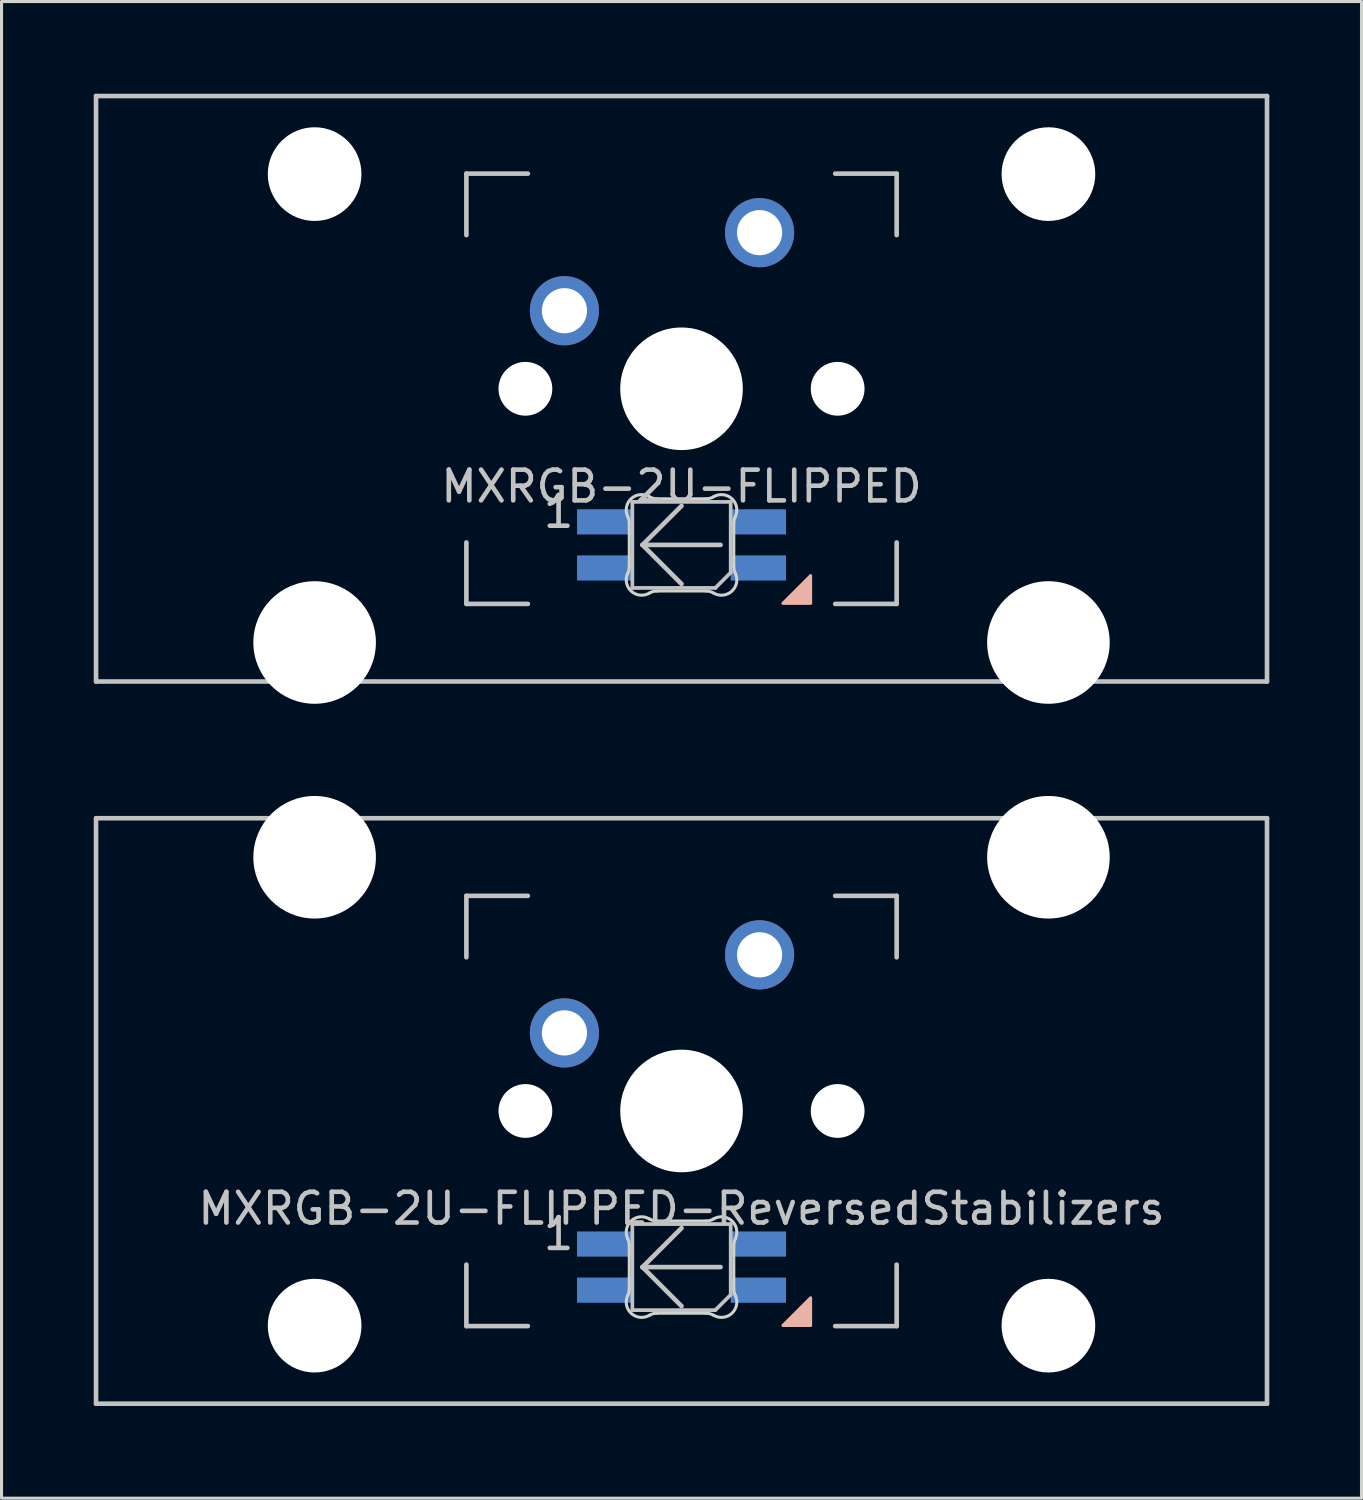
<source format=kicad_pcb>
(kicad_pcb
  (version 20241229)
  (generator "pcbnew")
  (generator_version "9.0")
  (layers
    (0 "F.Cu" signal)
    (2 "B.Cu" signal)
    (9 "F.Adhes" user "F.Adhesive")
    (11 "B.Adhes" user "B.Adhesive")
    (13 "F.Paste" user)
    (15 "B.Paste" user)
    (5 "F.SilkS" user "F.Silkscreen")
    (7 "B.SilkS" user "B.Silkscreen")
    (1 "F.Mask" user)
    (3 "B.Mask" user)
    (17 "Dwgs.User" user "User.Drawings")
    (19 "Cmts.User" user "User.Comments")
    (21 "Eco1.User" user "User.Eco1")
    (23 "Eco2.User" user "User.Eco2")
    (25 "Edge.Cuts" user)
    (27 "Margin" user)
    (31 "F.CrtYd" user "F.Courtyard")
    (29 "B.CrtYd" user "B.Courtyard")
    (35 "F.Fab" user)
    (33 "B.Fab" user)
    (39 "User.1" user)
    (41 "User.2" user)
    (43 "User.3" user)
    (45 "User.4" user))
  (footprint "MXRGB-2U-FLIPPED"
    (layer "F.Cu")
    (at 19.125 9.6)
    (property "Reference" "MXRGB-2U-FLIPPED" (at 0 3.175 0) (layer "Dwgs.User") (effects (font (size 1 1) (thickness 0.15))))
    (attr through_hole)
    (fp_poly (pts (xy 4.2 6.08) (xy 3.3 6.98) (xy 4.2 6.98)) (stroke (width 0.1) (type solid)) (fill yes) (layer "B.SilkS"))
    (fp_line (start -19.05 -9.525) (end 19.05 -9.525) (stroke (width 0.15) (type solid)) (layer "Dwgs.User"))
    (fp_line (start -19.05 9.525) (end -19.05 -9.525) (stroke (width 0.15) (type solid)) (layer "Dwgs.User"))
    (fp_line (start -19.05 9.525) (end 19.05 9.525) (stroke (width 0.15) (type solid)) (layer "Dwgs.User"))
    (fp_line (start -7 -7) (end -7 -5) (stroke (width 0.15) (type solid)) (layer "Dwgs.User"))
    (fp_line (start -7 5) (end -7 7) (stroke (width 0.15) (type solid)) (layer "Dwgs.User"))
    (fp_line (start -7 7) (end -5 7) (stroke (width 0.15) (type solid)) (layer "Dwgs.User"))
    (fp_line (start -5 -7) (end -7 -7) (stroke (width 0.15) (type solid)) (layer "Dwgs.User"))
    (fp_line (start -1.6 3.68) (end -1.6 6.48) (stroke (width 0.12) (type solid)) (layer "Dwgs.User"))
    (fp_line (start -1.6 6.48) (end 1.1 6.48) (stroke (width 0.12) (type solid)) (layer "Dwgs.User"))
    (fp_line (start -1.27 5.08) (end 0 3.81) (stroke (width 0.15) (type solid)) (layer "Dwgs.User"))
    (fp_line (start -1.27 5.08) (end 0 6.35) (stroke (width 0.15) (type solid)) (layer "Dwgs.User"))
    (fp_line (start -1.27 5.08) (end 1.27 5.08) (stroke (width 0.15) (type solid)) (layer "Dwgs.User"))
    (fp_line (start 1.6 3.68) (end -1.6 3.68) (stroke (width 0.12) (type solid)) (layer "Dwgs.User"))
    (fp_line (start 1.6 5.98) (end 1.1 6.48) (stroke (width 0.12) (type solid)) (layer "Dwgs.User"))
    (fp_line (start 1.6 5.98) (end 1.6 3.68) (stroke (width 0.12) (type solid)) (layer "Dwgs.User"))
    (fp_line (start 5 -7) (end 7 -7) (stroke (width 0.15) (type solid)) (layer "Dwgs.User"))
    (fp_line (start 5 7) (end 7 7) (stroke (width 0.15) (type solid)) (layer "Dwgs.User"))
    (fp_line (start 7 -7) (end 7 -5) (stroke (width 0.15) (type solid)) (layer "Dwgs.User"))
    (fp_line (start 7 7) (end 7 5) (stroke (width 0.15) (type solid)) (layer "Dwgs.User"))
    (fp_line (start 19.05 -9.525) (end 19.05 9.525) (stroke (width 0.15) (type solid)) (layer "Dwgs.User"))
    (fp_line (start -1.7 5.783) (end -1.7 4.377) (stroke (width 0.1) (type solid)) (layer "Edge.Cuts"))
    (fp_line (start -0.794 3.58) (end 0.794 3.58) (stroke (width 0.1) (type solid)) (layer "Edge.Cuts"))
    (fp_line (start 0.794 6.58) (end -0.794 6.58) (stroke (width 0.1) (type solid)) (layer "Edge.Cuts"))
    (fp_line (start 1.7 4.377) (end 1.7 5.783) (stroke (width 0.1) (type solid)) (layer "Edge.Cuts"))
    (fp_arc (start -1.749484 4.160279) (mid -1.712527 4.265931) (end -1.699999 4.377157) (stroke (width 0.1) (type solid)) (layer "Edge.Cuts"))
    (fp_arc (start -1.749484 4.160279) (mid -1.638071 3.575964) (end -1.046711 3.5117) (stroke (width 0.1) (type solid)) (layer "Edge.Cuts"))
    (fp_arc (start -1.699999 5.782842) (mid -1.712527 5.894067) (end -1.749484 5.999719) (stroke (width 0.1) (type solid)) (layer "Edge.Cuts"))
    (fp_arc (start -1.046711 6.648296) (mid -1.63807 6.584033) (end -1.749484 5.999719) (stroke (width 0.1) (type solid)) (layer "Edge.Cuts"))
    (fp_arc (start -1.04671 6.648298) (mid -0.925122 6.597376) (end -0.794452 6.579999) (stroke (width 0.1) (type solid)) (layer "Edge.Cuts"))
    (fp_arc (start -0.794453 3.579999) (mid -0.925123 3.562622) (end -1.046711 3.5117) (stroke (width 0.1) (type solid)) (layer "Edge.Cuts"))
    (fp_arc (start 0.794452 6.579999) (mid 0.925123 6.597376) (end 1.046711 6.648298) (stroke (width 0.1) (type solid)) (layer "Edge.Cuts"))
    (fp_arc (start 1.046711 3.511701) (mid 0.925123 3.562623) (end 0.794453 3.58) (stroke (width 0.1) (type solid)) (layer "Edge.Cuts"))
    (fp_arc (start 1.046711 3.511701) (mid 1.638071 3.575965) (end 1.749484 4.160279) (stroke (width 0.1) (type solid)) (layer "Edge.Cuts"))
    (fp_arc (start 1.699999 4.377156) (mid 1.712527 4.265931) (end 1.749484 4.160279) (stroke (width 0.1) (type solid)) (layer "Edge.Cuts"))
    (fp_arc (start 1.749484 5.999718) (mid 1.638072 6.584034) (end 1.046711 6.648298) (stroke (width 0.1) (type solid)) (layer "Edge.Cuts"))
    (fp_arc (start 1.749484 5.999719) (mid 1.712527 5.894067) (end 1.699999 5.782841) (stroke (width 0.1) (type solid)) (layer "Edge.Cuts"))
    (fp_text user "1" (at -4 4 0) (layer "Dwgs.User") (effects (font (size 1 1) (thickness 0.15))))
    (pad "" np_thru_hole circle (at -11.938 -6.985) (size 3.048 3.048) (drill 3.048) (layers "*.Cu" "*.Mask"))
    (pad "" np_thru_hole circle (at -11.938 8.255) (size 3.988 3.988) (drill 3.988) (layers "*.Cu" "*.Mask"))
    (pad "" np_thru_hole circle (at -5.08 0 48.1) (size 1.75 1.75) (drill 1.75) (layers "*.Cu" "*.Mask"))
    (pad "" np_thru_hole circle (at 0 0) (size 3.988 3.988) (drill 3.988) (layers "*.Cu" "*.Mask"))
    (pad "" np_thru_hole circle (at 5.08 0 48.1) (size 1.75 1.75) (drill 1.75) (layers "*.Cu" "*.Mask"))
    (pad "" np_thru_hole circle (at 11.938 -6.985) (size 3.048 3.048) (drill 3.048) (layers "*.Cu" "*.Mask"))
    (pad "" np_thru_hole circle (at 11.938 8.255) (size 3.988 3.988) (drill 3.988) (layers "*.Cu" "*.Mask"))
    (pad "1" thru_hole circle (at -3.81 -2.54) (size 2.25 2.25) (drill 1.47) (layers "*.Cu" "B.Mask"))
    (pad "2" thru_hole circle (at 2.54 -5.08) (size 2.25 2.25) (drill 1.47) (layers "*.Cu" "B.Mask"))
    (pad "3" smd rect (at -2.5 4.33) (size 1.8 0.82) (layers "B.Cu" "B.Mask" "B.Paste"))
    (pad "4" smd rect (at -2.5 5.83) (size 1.8 0.82) (layers "B.Cu" "B.Mask" "B.Paste"))
    (pad "5" smd rect (at 2.5 5.83) (size 1.8 0.82) (layers "B.Cu" "B.Mask" "B.Paste"))
    (pad "6" smd rect (at 2.5 4.33) (size 1.8 0.82) (layers "B.Cu" "B.Mask" "B.Paste")))
  (footprint "MXRGB-2U-FLIPPED-ReversedStabilizers"
    (layer "F.Cu")
    (at 19.125 33.098)
    (property "Reference" "MXRGB-2U-FLIPPED-ReversedStabilizers" (at 0 3.175 0) (layer "Dwgs.User") (effects (font (size 1 1) (thickness 0.15))))
    (attr through_hole)
    (fp_poly (pts (xy 4.2 6.08) (xy 3.3 6.98) (xy 4.2 6.98)) (stroke (width 0.1) (type solid)) (fill yes) (layer "B.SilkS"))
    (fp_line (start -19.05 -9.525) (end 19.05 -9.525) (stroke (width 0.15) (type solid)) (layer "Dwgs.User"))
    (fp_line (start -19.05 9.525) (end -19.05 -9.525) (stroke (width 0.15) (type solid)) (layer "Dwgs.User"))
    (fp_line (start -19.05 9.525) (end 19.05 9.525) (stroke (width 0.15) (type solid)) (layer "Dwgs.User"))
    (fp_line (start -7 -7) (end -7 -5) (stroke (width 0.15) (type solid)) (layer "Dwgs.User"))
    (fp_line (start -7 5) (end -7 7) (stroke (width 0.15) (type solid)) (layer "Dwgs.User"))
    (fp_line (start -7 7) (end -5 7) (stroke (width 0.15) (type solid)) (layer "Dwgs.User"))
    (fp_line (start -5 -7) (end -7 -7) (stroke (width 0.15) (type solid)) (layer "Dwgs.User"))
    (fp_line (start -1.6 3.68) (end -1.6 6.48) (stroke (width 0.12) (type solid)) (layer "Dwgs.User"))
    (fp_line (start -1.6 6.48) (end 1.1 6.48) (stroke (width 0.12) (type solid)) (layer "Dwgs.User"))
    (fp_line (start -1.27 5.08) (end 0 3.81) (stroke (width 0.15) (type solid)) (layer "Dwgs.User"))
    (fp_line (start -1.27 5.08) (end 0 6.35) (stroke (width 0.15) (type solid)) (layer "Dwgs.User"))
    (fp_line (start -1.27 5.08) (end 1.27 5.08) (stroke (width 0.15) (type solid)) (layer "Dwgs.User"))
    (fp_line (start 1.6 3.68) (end -1.6 3.68) (stroke (width 0.12) (type solid)) (layer "Dwgs.User"))
    (fp_line (start 1.6 5.98) (end 1.1 6.48) (stroke (width 0.12) (type solid)) (layer "Dwgs.User"))
    (fp_line (start 1.6 5.98) (end 1.6 3.68) (stroke (width 0.12) (type solid)) (layer "Dwgs.User"))
    (fp_line (start 5 -7) (end 7 -7) (stroke (width 0.15) (type solid)) (layer "Dwgs.User"))
    (fp_line (start 5 7) (end 7 7) (stroke (width 0.15) (type solid)) (layer "Dwgs.User"))
    (fp_line (start 7 -7) (end 7 -5) (stroke (width 0.15) (type solid)) (layer "Dwgs.User"))
    (fp_line (start 7 7) (end 7 5) (stroke (width 0.15) (type solid)) (layer "Dwgs.User"))
    (fp_line (start 19.05 -9.525) (end 19.05 9.525) (stroke (width 0.15) (type solid)) (layer "Dwgs.User"))
    (fp_line (start -1.7 5.783) (end -1.7 4.377) (stroke (width 0.1) (type solid)) (layer "Edge.Cuts"))
    (fp_line (start -0.794 3.58) (end 0.794 3.58) (stroke (width 0.1) (type solid)) (layer "Edge.Cuts"))
    (fp_line (start 0.794 6.58) (end -0.794 6.58) (stroke (width 0.1) (type solid)) (layer "Edge.Cuts"))
    (fp_line (start 1.7 4.377) (end 1.7 5.783) (stroke (width 0.1) (type solid)) (layer "Edge.Cuts"))
    (fp_arc (start -1.749484 4.160279) (mid -1.712527 4.265931) (end -1.699999 4.377157) (stroke (width 0.1) (type solid)) (layer "Edge.Cuts"))
    (fp_arc (start -1.749484 4.160279) (mid -1.638071 3.575964) (end -1.046711 3.5117) (stroke (width 0.1) (type solid)) (layer "Edge.Cuts"))
    (fp_arc (start -1.699999 5.782842) (mid -1.712527 5.894067) (end -1.749484 5.999719) (stroke (width 0.1) (type solid)) (layer "Edge.Cuts"))
    (fp_arc (start -1.046711 6.648296) (mid -1.63807 6.584033) (end -1.749484 5.999719) (stroke (width 0.1) (type solid)) (layer "Edge.Cuts"))
    (fp_arc (start -1.04671 6.648298) (mid -0.925122 6.597376) (end -0.794452 6.579999) (stroke (width 0.1) (type solid)) (layer "Edge.Cuts"))
    (fp_arc (start -0.794453 3.579999) (mid -0.925123 3.562622) (end -1.046711 3.5117) (stroke (width 0.1) (type solid)) (layer "Edge.Cuts"))
    (fp_arc (start 0.794452 6.579999) (mid 0.925123 6.597376) (end 1.046711 6.648298) (stroke (width 0.1) (type solid)) (layer "Edge.Cuts"))
    (fp_arc (start 1.046711 3.511701) (mid 0.925123 3.562623) (end 0.794453 3.58) (stroke (width 0.1) (type solid)) (layer "Edge.Cuts"))
    (fp_arc (start 1.046711 3.511701) (mid 1.638071 3.575965) (end 1.749484 4.160279) (stroke (width 0.1) (type solid)) (layer "Edge.Cuts"))
    (fp_arc (start 1.699999 4.377156) (mid 1.712527 4.265931) (end 1.749484 4.160279) (stroke (width 0.1) (type solid)) (layer "Edge.Cuts"))
    (fp_arc (start 1.749484 5.999718) (mid 1.638072 6.584034) (end 1.046711 6.648298) (stroke (width 0.1) (type solid)) (layer "Edge.Cuts"))
    (fp_arc (start 1.749484 5.999719) (mid 1.712527 5.894067) (end 1.699999 5.782841) (stroke (width 0.1) (type solid)) (layer "Edge.Cuts"))
    (fp_text user "1" (at -4 4 0) (layer "Dwgs.User") (effects (font (size 1 1) (thickness 0.15))))
    (pad "" np_thru_hole circle (at -11.938 -8.255) (size 3.988 3.988) (drill 3.988) (layers "*.Cu" "*.Mask"))
    (pad "" np_thru_hole circle (at -11.938 6.985) (size 3.048 3.048) (drill 3.048) (layers "*.Cu" "*.Mask"))
    (pad "" np_thru_hole circle (at -5.08 0 48.1) (size 1.75 1.75) (drill 1.75) (layers "*.Cu" "*.Mask"))
    (pad "" np_thru_hole circle (at 0 0) (size 3.988 3.988) (drill 3.988) (layers "*.Cu" "*.Mask"))
    (pad "" np_thru_hole circle (at 5.08 0 48.1) (size 1.75 1.75) (drill 1.75) (layers "*.Cu" "*.Mask"))
    (pad "" np_thru_hole circle (at 11.938 -8.255) (size 3.988 3.988) (drill 3.988) (layers "*.Cu" "*.Mask"))
    (pad "" np_thru_hole circle (at 11.938 6.985) (size 3.048 3.048) (drill 3.048) (layers "*.Cu" "*.Mask"))
    (pad "1" thru_hole circle (at -3.81 -2.54) (size 2.25 2.25) (drill 1.47) (layers "*.Cu" "B.Mask"))
    (pad "2" thru_hole circle (at 2.54 -5.08) (size 2.25 2.25) (drill 1.47) (layers "*.Cu" "B.Mask"))
    (pad "3" smd rect (at -2.5 4.33) (size 1.8 0.82) (layers "B.Cu" "B.Mask" "B.Paste"))
    (pad "4" smd rect (at -2.5 5.83) (size 1.8 0.82) (layers "B.Cu" "B.Mask" "B.Paste"))
    (pad "5" smd rect (at 2.5 5.83) (size 1.8 0.82) (layers "B.Cu" "B.Mask" "B.Paste"))
    (pad "6" smd rect (at 2.5 4.33) (size 1.8 0.82) (layers "B.Cu" "B.Mask" "B.Paste")))
  (gr_rect
    (start -3 -3)
    (end 41.25 45.698)
    (stroke (width 0.1) (type default))
    (fill no)
    (layer "Edge.Cuts")))
</source>
